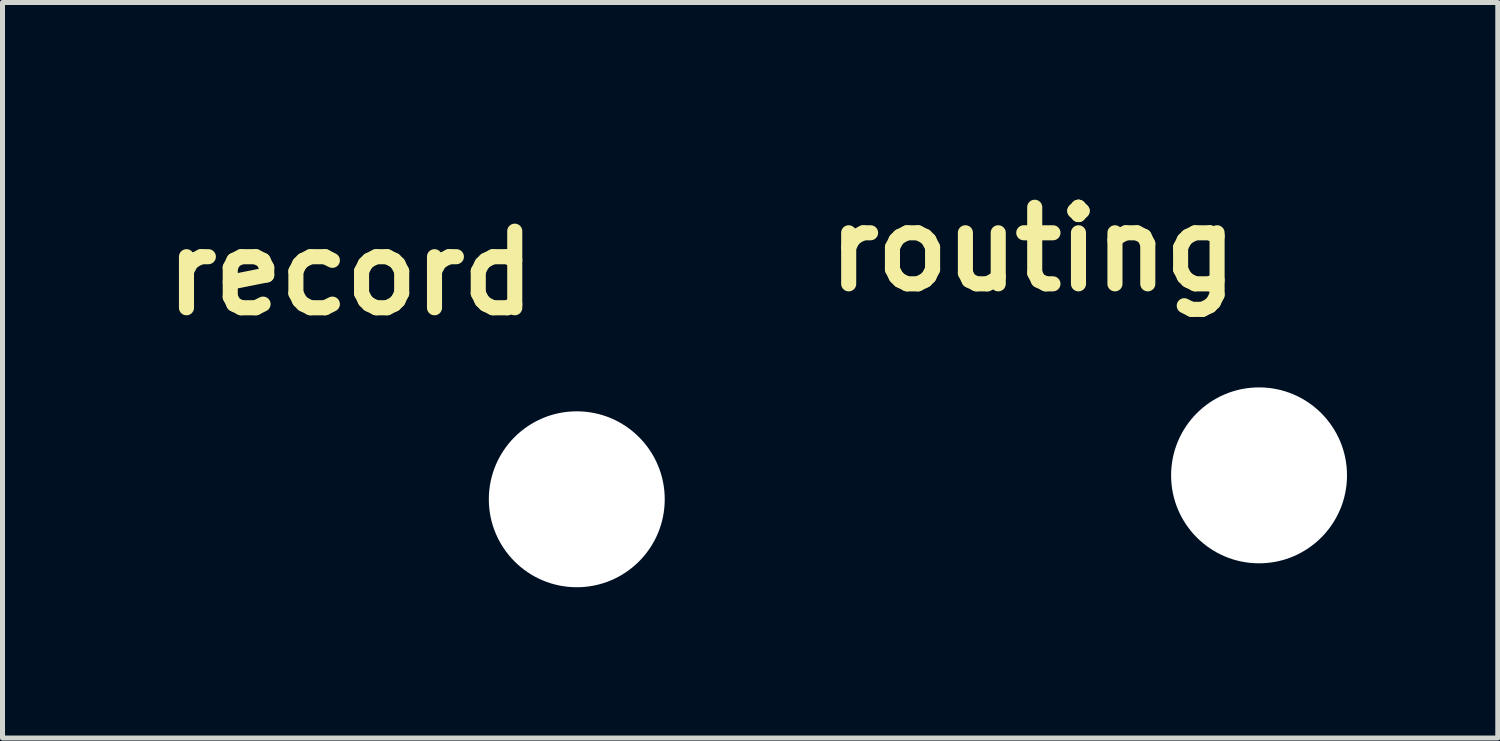
<source format=kicad_pcb>
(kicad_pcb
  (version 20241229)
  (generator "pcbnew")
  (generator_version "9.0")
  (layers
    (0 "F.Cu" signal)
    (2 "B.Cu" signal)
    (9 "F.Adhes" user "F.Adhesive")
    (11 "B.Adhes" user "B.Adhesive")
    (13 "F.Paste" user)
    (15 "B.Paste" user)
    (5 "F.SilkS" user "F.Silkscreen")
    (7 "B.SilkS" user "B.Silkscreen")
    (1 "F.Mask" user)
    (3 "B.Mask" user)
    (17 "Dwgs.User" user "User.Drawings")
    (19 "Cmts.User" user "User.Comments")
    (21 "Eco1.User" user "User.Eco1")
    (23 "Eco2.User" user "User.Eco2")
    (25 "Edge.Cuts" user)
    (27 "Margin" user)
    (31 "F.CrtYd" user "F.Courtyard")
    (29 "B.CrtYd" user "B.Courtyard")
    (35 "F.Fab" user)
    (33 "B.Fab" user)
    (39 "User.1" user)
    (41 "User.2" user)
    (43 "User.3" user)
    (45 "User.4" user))
  (footprint "record"
    (layer "F.Cu")
    (at 8.426 6.884)
    (property "Reference" "record" (at -4.5 -4.5 0) (layer "F.SilkS") (effects (font (size 1.524 1.524) (thickness 0.3))))
    (attr through_hole)
    (fp_poly (pts (xy -4.351 -6.874) (xy -4.164 -6.855) (xy -3.98 -6.821) (xy -3.798 -6.772) (xy -3.621 -6.71) (xy -3.449 -6.633) (xy -3.282 -6.543) (xy -3.122 -6.439) (xy -2.971 -6.321) (xy -2.827 -6.191) (xy -2.693 -6.047) (xy -2.603 -5.935) (xy -2.49 -5.773) (xy -2.392 -5.603) (xy -2.31 -5.428) (xy -2.242 -5.247) (xy -2.189 -5.062) (xy -2.151 -4.874) (xy -2.129 -4.684) (xy -2.122 -4.492) (xy -2.13 -4.301) (xy -2.154 -4.11) (xy -2.193 -3.921) (xy -2.247 -3.735) (xy -2.318 -3.553) (xy -2.404 -3.376) (xy -2.415 -3.356) (xy -2.519 -3.184) (xy -2.636 -3.023) (xy -2.764 -2.874) (xy -2.904 -2.737) (xy -3.053 -2.612) (xy -3.213 -2.499) (xy -3.381 -2.401) (xy -3.557 -2.316) (xy -3.74 -2.246) (xy -3.929 -2.191) (xy -4.125 -2.151) (xy -4.253 -2.134) (xy -4.332 -2.128) (xy -4.421 -2.124) (xy -4.515 -2.123) (xy -4.608 -2.125) (xy -4.694 -2.129) (xy -4.754 -2.134) (xy -4.951 -2.164) (xy -5.141 -2.209) (xy -5.325 -2.269) (xy -5.502 -2.343) (xy -5.671 -2.43) (xy -5.832 -2.53) (xy -5.984 -2.641) (xy -6.126 -2.764) (xy -6.257 -2.897) (xy -6.378 -3.041) (xy -6.487 -3.193) (xy -6.584 -3.354) (xy -6.669 -3.523) (xy -6.74 -3.698) (xy -6.797 -3.881) (xy -6.839 -4.069) (xy -6.867 -4.262) (xy -6.878 -4.459) (xy -6.878 -4.5) (xy -6.87 -4.699) (xy -6.846 -4.895) (xy -6.805 -5.087) (xy -6.75 -5.273) (xy -6.679 -5.454) (xy -6.595 -5.627) (xy -6.496 -5.794) (xy -6.385 -5.951) (xy -6.26 -6.1) (xy -6.123 -6.239) (xy -5.974 -6.366) (xy -5.814 -6.483) (xy -5.644 -6.585) (xy -5.467 -6.673) (xy -5.286 -6.746) (xy -5.102 -6.802) (xy -4.916 -6.843) (xy -4.728 -6.869) (xy -4.539 -6.879) (xy -4.351 -6.874)) (stroke (width 0.01) (type solid)) (fill yes) (layer "F.Mask"))
    (fp_poly (pts (xy -4.351 -6.874) (xy -4.164 -6.855) (xy -3.98 -6.821) (xy -3.798 -6.772) (xy -3.621 -6.71) (xy -3.449 -6.633) (xy -3.282 -6.543) (xy -3.122 -6.439) (xy -2.971 -6.321) (xy -2.827 -6.191) (xy -2.693 -6.047) (xy -2.603 -5.935) (xy -2.49 -5.773) (xy -2.392 -5.603) (xy -2.31 -5.428) (xy -2.242 -5.247) (xy -2.189 -5.062) (xy -2.151 -4.874) (xy -2.129 -4.684) (xy -2.122 -4.492) (xy -2.13 -4.301) (xy -2.154 -4.11) (xy -2.193 -3.921) (xy -2.247 -3.735) (xy -2.318 -3.553) (xy -2.404 -3.376) (xy -2.415 -3.356) (xy -2.519 -3.184) (xy -2.636 -3.023) (xy -2.764 -2.874) (xy -2.904 -2.737) (xy -3.053 -2.612) (xy -3.213 -2.499) (xy -3.381 -2.401) (xy -3.557 -2.316) (xy -3.74 -2.246) (xy -3.929 -2.191) (xy -4.125 -2.151) (xy -4.253 -2.134) (xy -4.332 -2.128) (xy -4.421 -2.124) (xy -4.515 -2.123) (xy -4.608 -2.125) (xy -4.694 -2.129) (xy -4.754 -2.134) (xy -4.951 -2.164) (xy -5.141 -2.209) (xy -5.325 -2.269) (xy -5.502 -2.343) (xy -5.671 -2.43) (xy -5.832 -2.53) (xy -5.984 -2.641) (xy -6.126 -2.764) (xy -6.257 -2.897) (xy -6.378 -3.041) (xy -6.487 -3.193) (xy -6.584 -3.354) (xy -6.669 -3.523) (xy -6.74 -3.698) (xy -6.797 -3.881) (xy -6.839 -4.069) (xy -6.867 -4.262) (xy -6.878 -4.459) (xy -6.878 -4.5) (xy -6.87 -4.699) (xy -6.846 -4.895) (xy -6.805 -5.087) (xy -6.75 -5.273) (xy -6.679 -5.454) (xy -6.595 -5.627) (xy -6.496 -5.794) (xy -6.385 -5.951) (xy -6.26 -6.1) (xy -6.123 -6.239) (xy -5.974 -6.366) (xy -5.814 -6.483) (xy -5.644 -6.585) (xy -5.467 -6.673) (xy -5.286 -6.746) (xy -5.102 -6.802) (xy -4.916 -6.843) (xy -4.728 -6.869) (xy -4.539 -6.879) (xy -4.351 -6.874)) (stroke (width 0.01) (type solid)) (fill yes) (layer "B.Mask"))
    (pad "" np_thru_hole circle (at 0 0) (size 3.5 3.5) (drill 3.5) (layers "*.Cu" "*.Mask")))
  (footprint "routing"
    (layer "F.Cu")
    (at 22.001 6.408)
    (property "Reference" "routing" (at -4.5 -4.5 0) (layer "F.SilkS") (effects (font (size 1.524 1.524) (thickness 0.3))))
    (attr through_hole)
    (fp_poly (pts (xy -7.074 -6.403) (xy -6.961 -6.403) (xy -6.833 -6.403) (xy -6.7 -6.402) (xy -5.85 -6.4) (xy -5.806 -6.375) (xy -5.79 -6.363) (xy -5.763 -6.34) (xy -5.724 -6.305) (xy -5.675 -6.26) (xy -5.616 -6.204) (xy -5.547 -6.138) (xy -5.468 -6.062) (xy -5.38 -5.977) (xy -5.345 -5.943) (xy -5.274 -5.873) (xy -5.205 -5.807) (xy -5.14 -5.744) (xy -5.08 -5.685) (xy -5.025 -5.633) (xy -4.978 -5.587) (xy -4.939 -5.549) (xy -4.91 -5.521) (xy -4.891 -5.502) (xy -4.885 -5.497) (xy -4.842 -5.458) (xy -4.796 -5.469) (xy -4.69 -5.485) (xy -4.58 -5.486) (xy -4.468 -5.473) (xy -4.356 -5.447) (xy -4.247 -5.408) (xy -4.144 -5.356) (xy -4.055 -5.298) (xy -3.996 -5.249) (xy -3.936 -5.191) (xy -3.879 -5.129) (xy -3.829 -5.066) (xy -3.799 -5.022) (xy -3.757 -4.948) (xy -3.72 -4.866) (xy -3.69 -4.785) (xy -3.683 -4.76) (xy -3.669 -4.712) (xy -1.992 -4.712) (xy -2.068 -4.79) (xy -2.166 -4.892) (xy -2.252 -4.983) (xy -2.328 -5.063) (xy -2.392 -5.132) (xy -2.446 -5.19) (xy -2.489 -5.238) (xy -2.523 -5.276) (xy -2.546 -5.305) (xy -2.561 -5.325) (xy -2.564 -5.33) (xy -2.583 -5.384) (xy -2.588 -5.441) (xy -2.58 -5.499) (xy -2.558 -5.554) (xy -2.524 -5.602) (xy -2.516 -5.611) (xy -2.479 -5.641) (xy -2.441 -5.661) (xy -2.395 -5.671) (xy -2.356 -5.675) (xy -2.337 -5.676) (xy -2.32 -5.677) (xy -2.304 -5.676) (xy -2.289 -5.674) (xy -2.273 -5.669) (xy -2.256 -5.661) (xy -2.236 -5.648) (xy -2.213 -5.631) (xy -2.187 -5.608) (xy -2.155 -5.579) (xy -2.118 -5.543) (xy -2.075 -5.5) (xy -2.024 -5.448) (xy -1.965 -5.386) (xy -1.897 -5.315) (xy -1.82 -5.233) (xy -1.731 -5.139) (xy -1.719 -5.127) (xy -1.62 -5.022) (xy -1.531 -4.928) (xy -1.453 -4.845) (xy -1.386 -4.772) (xy -1.329 -4.71) (xy -1.284 -4.66) (xy -1.25 -4.621) (xy -1.227 -4.594) (xy -1.216 -4.579) (xy -1.216 -4.579) (xy -1.205 -4.553) (xy -1.198 -4.528) (xy -1.195 -4.497) (xy -1.195 -4.471) (xy -1.196 -4.434) (xy -1.199 -4.408) (xy -1.206 -4.386) (xy -1.219 -4.361) (xy -1.22 -4.359) (xy -1.231 -4.345) (xy -1.253 -4.319) (xy -1.285 -4.282) (xy -1.327 -4.236) (xy -1.378 -4.179) (xy -1.438 -4.115) (xy -1.506 -4.041) (xy -1.582 -3.961) (xy -1.664 -3.874) (xy -1.72 -3.815) (xy -1.806 -3.724) (xy -1.881 -3.644) (xy -1.947 -3.576) (xy -2.003 -3.517) (xy -2.051 -3.467) (xy -2.092 -3.425) (xy -2.126 -3.391) (xy -2.154 -3.363) (xy -2.177 -3.341) (xy -2.196 -3.324) (xy -2.212 -3.311) (xy -2.225 -3.301) (xy -2.236 -3.294) (xy -2.246 -3.289) (xy -2.246 -3.288) (xy -2.276 -3.274) (xy -2.3 -3.267) (xy -2.325 -3.265) (xy -2.358 -3.266) (xy -2.361 -3.266) (xy -2.418 -3.274) (xy -2.465 -3.293) (xy -2.506 -3.323) (xy -2.521 -3.338) (xy -2.557 -3.384) (xy -2.578 -3.435) (xy -2.587 -3.494) (xy -2.587 -3.505) (xy -2.587 -3.528) (xy -2.585 -3.548) (xy -2.581 -3.568) (xy -2.575 -3.587) (xy -2.564 -3.609) (xy -2.548 -3.633) (xy -2.527 -3.661) (xy -2.498 -3.695) (xy -2.462 -3.736) (xy -2.418 -3.784) (xy -2.364 -3.842) (xy -2.299 -3.91) (xy -2.273 -3.937) (xy -2 -4.225) (xy -2.425 -4.227) (xy -2.529 -4.228) (xy -2.645 -4.228) (xy -2.769 -4.228) (xy -2.896 -4.228) (xy -3.021 -4.228) (xy -3.139 -4.228) (xy -3.247 -4.227) (xy -3.273 -4.227) (xy -3.696 -4.225) (xy -3.726 -4.158) (xy -3.784 -4.043) (xy -3.854 -3.939) (xy -3.936 -3.845) (xy -4.026 -3.764) (xy -4.125 -3.694) (xy -4.232 -3.638) (xy -4.344 -3.596) (xy -4.46 -3.568) (xy -4.581 -3.555) (xy -4.703 -3.558) (xy -4.753 -3.564) (xy -4.85 -3.578) (xy -4.918 -3.511) (xy -5.019 -3.412) (xy -5.118 -3.315) (xy -5.214 -3.222) (xy -5.306 -3.132) (xy -5.394 -3.047) (xy -5.476 -2.968) (xy -5.553 -2.894) (xy -5.623 -2.828) (xy -5.686 -2.769) (xy -5.74 -2.718) (xy -5.786 -2.676) (xy -5.822 -2.644) (xy -5.847 -2.622) (xy -5.862 -2.611) (xy -5.863 -2.61) (xy -5.901 -2.591) (xy -6.751 -2.59) (xy -6.894 -2.589) (xy -7.021 -2.589) (xy -7.133 -2.589) (xy -7.231 -2.589) (xy -7.316 -2.589) (xy -7.388 -2.59) (xy -7.449 -2.59) (xy -7.499 -2.591) (xy -7.54 -2.592) (xy -7.572 -2.593) (xy -7.597 -2.594) (xy -7.615 -2.596) (xy -7.627 -2.598) (xy -7.634 -2.599) (xy -7.691 -2.628) (xy -7.739 -2.669) (xy -7.774 -2.72) (xy -7.794 -2.769) (xy -7.801 -2.827) (xy -7.793 -2.886) (xy -7.771 -2.942) (xy -7.737 -2.991) (xy -7.718 -3.011) (xy -7.707 -3.021) (xy -7.697 -3.029) (xy -7.687 -3.037) (xy -7.677 -3.043) (xy -7.664 -3.049) (xy -7.647 -3.054) (xy -7.627 -3.058) (xy -7.601 -3.061) (xy -7.569 -3.064) (xy -7.529 -3.066) (xy -7.481 -3.067) (xy -7.423 -3.068) (xy -7.355 -3.069) (xy -7.275 -3.069) (xy -7.182 -3.07) (xy -7.075 -3.07) (xy -6.953 -3.07) (xy -6.835 -3.07) (xy -6.067 -3.07) (xy -5.696 -3.43) (xy -5.63 -3.495) (xy -5.566 -3.557) (xy -5.507 -3.614) (xy -5.453 -3.666) (xy -5.406 -3.712) (xy -5.367 -3.751) (xy -5.336 -3.781) (xy -5.315 -3.801) (xy -5.305 -3.811) (xy -5.305 -3.811) (xy -5.284 -3.83) (xy -5.329 -3.879) (xy -5.408 -3.978) (xy -5.473 -4.083) (xy -5.522 -4.194) (xy -5.557 -4.308) (xy -5.576 -4.425) (xy -5.58 -4.543) (xy -5.569 -4.662) (xy -5.543 -4.778) (xy -5.502 -4.893) (xy -5.445 -5.003) (xy -5.373 -5.108) (xy -5.343 -5.145) (xy -5.287 -5.21) (xy -5.651 -5.564) (xy -6.015 -5.918) (xy -6.8 -5.922) (xy -6.933 -5.923) (xy -7.05 -5.923) (xy -7.152 -5.924) (xy -7.241 -5.925) (xy -7.316 -5.925) (xy -7.381 -5.926) (xy -7.434 -5.927) (xy -7.478 -5.928) (xy -7.514 -5.929) (xy -7.542 -5.93) (xy -7.564 -5.931) (xy -7.58 -5.933) (xy -7.593 -5.935) (xy -7.602 -5.937) (xy -7.609 -5.939) (xy -7.615 -5.942) (xy -7.619 -5.944) (xy -7.672 -5.982) (xy -7.713 -6.03) (xy -7.739 -6.087) (xy -7.75 -6.15) (xy -7.75 -6.163) (xy -7.743 -6.226) (xy -7.723 -6.279) (xy -7.687 -6.327) (xy -7.67 -6.343) (xy -7.659 -6.353) (xy -7.65 -6.361) (xy -7.64 -6.369) (xy -7.63 -6.376) (xy -7.618 -6.382) (xy -7.603 -6.387) (xy -7.584 -6.391) (xy -7.56 -6.394) (xy -7.531 -6.397) (xy -7.494 -6.399) (xy -7.45 -6.401) (xy -7.396 -6.402) (xy -7.333 -6.403) (xy -7.259 -6.403) (xy -7.173 -6.403) (xy -7.074 -6.403)) (stroke (width 0.01) (type solid)) (fill yes) (layer "F.Mask"))
    (fp_poly (pts (xy -7.074 -6.403) (xy -6.961 -6.403) (xy -6.833 -6.403) (xy -6.7 -6.402) (xy -5.85 -6.4) (xy -5.806 -6.375) (xy -5.79 -6.363) (xy -5.763 -6.34) (xy -5.724 -6.305) (xy -5.675 -6.26) (xy -5.616 -6.204) (xy -5.547 -6.138) (xy -5.468 -6.062) (xy -5.38 -5.977) (xy -5.345 -5.943) (xy -5.274 -5.873) (xy -5.205 -5.807) (xy -5.14 -5.744) (xy -5.08 -5.685) (xy -5.025 -5.633) (xy -4.978 -5.587) (xy -4.939 -5.549) (xy -4.91 -5.521) (xy -4.891 -5.502) (xy -4.885 -5.497) (xy -4.842 -5.458) (xy -4.796 -5.469) (xy -4.69 -5.485) (xy -4.58 -5.486) (xy -4.468 -5.473) (xy -4.356 -5.447) (xy -4.247 -5.408) (xy -4.144 -5.356) (xy -4.055 -5.298) (xy -3.996 -5.249) (xy -3.936 -5.191) (xy -3.879 -5.129) (xy -3.829 -5.066) (xy -3.799 -5.022) (xy -3.757 -4.948) (xy -3.72 -4.866) (xy -3.69 -4.785) (xy -3.683 -4.76) (xy -3.669 -4.712) (xy -1.992 -4.712) (xy -2.068 -4.79) (xy -2.166 -4.892) (xy -2.252 -4.983) (xy -2.328 -5.063) (xy -2.392 -5.132) (xy -2.446 -5.19) (xy -2.489 -5.238) (xy -2.523 -5.276) (xy -2.546 -5.305) (xy -2.561 -5.325) (xy -2.564 -5.33) (xy -2.583 -5.384) (xy -2.588 -5.441) (xy -2.58 -5.499) (xy -2.558 -5.554) (xy -2.524 -5.602) (xy -2.516 -5.611) (xy -2.479 -5.641) (xy -2.441 -5.661) (xy -2.395 -5.671) (xy -2.356 -5.675) (xy -2.337 -5.676) (xy -2.32 -5.677) (xy -2.304 -5.676) (xy -2.289 -5.674) (xy -2.273 -5.669) (xy -2.256 -5.661) (xy -2.236 -5.648) (xy -2.213 -5.631) (xy -2.187 -5.608) (xy -2.155 -5.579) (xy -2.118 -5.543) (xy -2.075 -5.5) (xy -2.024 -5.448) (xy -1.965 -5.386) (xy -1.897 -5.315) (xy -1.82 -5.233) (xy -1.731 -5.139) (xy -1.719 -5.127) (xy -1.62 -5.022) (xy -1.531 -4.928) (xy -1.453 -4.845) (xy -1.386 -4.772) (xy -1.329 -4.71) (xy -1.284 -4.66) (xy -1.25 -4.621) (xy -1.227 -4.594) (xy -1.216 -4.579) (xy -1.216 -4.579) (xy -1.205 -4.553) (xy -1.198 -4.528) (xy -1.195 -4.497) (xy -1.195 -4.471) (xy -1.196 -4.434) (xy -1.199 -4.408) (xy -1.206 -4.386) (xy -1.219 -4.361) (xy -1.22 -4.359) (xy -1.231 -4.345) (xy -1.253 -4.319) (xy -1.285 -4.282) (xy -1.327 -4.236) (xy -1.378 -4.179) (xy -1.438 -4.115) (xy -1.506 -4.041) (xy -1.582 -3.961) (xy -1.664 -3.874) (xy -1.72 -3.815) (xy -1.806 -3.724) (xy -1.881 -3.644) (xy -1.947 -3.576) (xy -2.003 -3.517) (xy -2.051 -3.467) (xy -2.092 -3.425) (xy -2.126 -3.391) (xy -2.154 -3.363) (xy -2.177 -3.341) (xy -2.196 -3.324) (xy -2.212 -3.311) (xy -2.225 -3.301) (xy -2.236 -3.294) (xy -2.246 -3.289) (xy -2.246 -3.288) (xy -2.276 -3.274) (xy -2.3 -3.267) (xy -2.325 -3.265) (xy -2.358 -3.266) (xy -2.361 -3.266) (xy -2.418 -3.274) (xy -2.465 -3.293) (xy -2.506 -3.323) (xy -2.521 -3.338) (xy -2.557 -3.384) (xy -2.578 -3.435) (xy -2.587 -3.494) (xy -2.587 -3.505) (xy -2.587 -3.528) (xy -2.585 -3.548) (xy -2.581 -3.568) (xy -2.575 -3.587) (xy -2.564 -3.609) (xy -2.548 -3.633) (xy -2.527 -3.661) (xy -2.498 -3.695) (xy -2.462 -3.736) (xy -2.418 -3.784) (xy -2.364 -3.842) (xy -2.299 -3.91) (xy -2.273 -3.937) (xy -2 -4.225) (xy -2.425 -4.227) (xy -2.529 -4.228) (xy -2.645 -4.228) (xy -2.769 -4.228) (xy -2.896 -4.228) (xy -3.021 -4.228) (xy -3.139 -4.228) (xy -3.247 -4.227) (xy -3.273 -4.227) (xy -3.696 -4.225) (xy -3.726 -4.158) (xy -3.784 -4.043) (xy -3.854 -3.939) (xy -3.936 -3.845) (xy -4.026 -3.764) (xy -4.125 -3.694) (xy -4.232 -3.638) (xy -4.344 -3.596) (xy -4.46 -3.568) (xy -4.581 -3.555) (xy -4.703 -3.558) (xy -4.753 -3.564) (xy -4.85 -3.578) (xy -4.918 -3.511) (xy -5.019 -3.412) (xy -5.118 -3.315) (xy -5.214 -3.222) (xy -5.306 -3.132) (xy -5.394 -3.047) (xy -5.476 -2.968) (xy -5.553 -2.894) (xy -5.623 -2.828) (xy -5.686 -2.769) (xy -5.74 -2.718) (xy -5.786 -2.676) (xy -5.822 -2.644) (xy -5.847 -2.622) (xy -5.862 -2.611) (xy -5.863 -2.61) (xy -5.901 -2.591) (xy -6.751 -2.59) (xy -6.894 -2.589) (xy -7.021 -2.589) (xy -7.133 -2.589) (xy -7.231 -2.589) (xy -7.316 -2.589) (xy -7.388 -2.59) (xy -7.449 -2.59) (xy -7.499 -2.591) (xy -7.54 -2.592) (xy -7.572 -2.593) (xy -7.597 -2.594) (xy -7.615 -2.596) (xy -7.627 -2.598) (xy -7.634 -2.599) (xy -7.691 -2.628) (xy -7.739 -2.669) (xy -7.774 -2.72) (xy -7.794 -2.769) (xy -7.801 -2.827) (xy -7.793 -2.886) (xy -7.771 -2.942) (xy -7.737 -2.991) (xy -7.718 -3.011) (xy -7.707 -3.021) (xy -7.697 -3.029) (xy -7.687 -3.037) (xy -7.677 -3.043) (xy -7.664 -3.049) (xy -7.647 -3.054) (xy -7.627 -3.058) (xy -7.601 -3.061) (xy -7.569 -3.064) (xy -7.529 -3.066) (xy -7.481 -3.067) (xy -7.423 -3.068) (xy -7.355 -3.069) (xy -7.275 -3.069) (xy -7.182 -3.07) (xy -7.075 -3.07) (xy -6.953 -3.07) (xy -6.835 -3.07) (xy -6.067 -3.07) (xy -5.696 -3.43) (xy -5.63 -3.495) (xy -5.566 -3.557) (xy -5.507 -3.614) (xy -5.453 -3.666) (xy -5.406 -3.712) (xy -5.367 -3.751) (xy -5.336 -3.781) (xy -5.315 -3.801) (xy -5.305 -3.811) (xy -5.305 -3.811) (xy -5.284 -3.83) (xy -5.329 -3.879) (xy -5.408 -3.978) (xy -5.473 -4.083) (xy -5.522 -4.194) (xy -5.557 -4.308) (xy -5.576 -4.425) (xy -5.58 -4.543) (xy -5.569 -4.662) (xy -5.543 -4.778) (xy -5.502 -4.893) (xy -5.445 -5.003) (xy -5.373 -5.108) (xy -5.343 -5.145) (xy -5.287 -5.21) (xy -5.651 -5.564) (xy -6.015 -5.918) (xy -6.8 -5.922) (xy -6.933 -5.923) (xy -7.05 -5.923) (xy -7.152 -5.924) (xy -7.241 -5.925) (xy -7.316 -5.925) (xy -7.381 -5.926) (xy -7.434 -5.927) (xy -7.478 -5.928) (xy -7.514 -5.929) (xy -7.542 -5.93) (xy -7.564 -5.931) (xy -7.58 -5.933) (xy -7.593 -5.935) (xy -7.602 -5.937) (xy -7.609 -5.939) (xy -7.615 -5.942) (xy -7.619 -5.944) (xy -7.672 -5.982) (xy -7.713 -6.03) (xy -7.739 -6.087) (xy -7.75 -6.15) (xy -7.75 -6.163) (xy -7.743 -6.226) (xy -7.723 -6.279) (xy -7.687 -6.327) (xy -7.67 -6.343) (xy -7.659 -6.353) (xy -7.65 -6.361) (xy -7.64 -6.369) (xy -7.63 -6.376) (xy -7.618 -6.382) (xy -7.603 -6.387) (xy -7.584 -6.391) (xy -7.56 -6.394) (xy -7.531 -6.397) (xy -7.494 -6.399) (xy -7.45 -6.401) (xy -7.396 -6.402) (xy -7.333 -6.403) (xy -7.259 -6.403) (xy -7.173 -6.403) (xy -7.074 -6.403)) (stroke (width 0.01) (type solid)) (fill yes) (layer "B.Mask"))
    (pad "" np_thru_hole circle (at 0 0) (size 3.5 3.5) (drill 3.5) (layers "*.Cu" "*.Mask")))
  (gr_rect
    (start -3 -3)
    (end 26.751 11.634)
    (stroke (width 0.1) (type default))
    (fill no)
    (layer "Edge.Cuts")))
</source>
